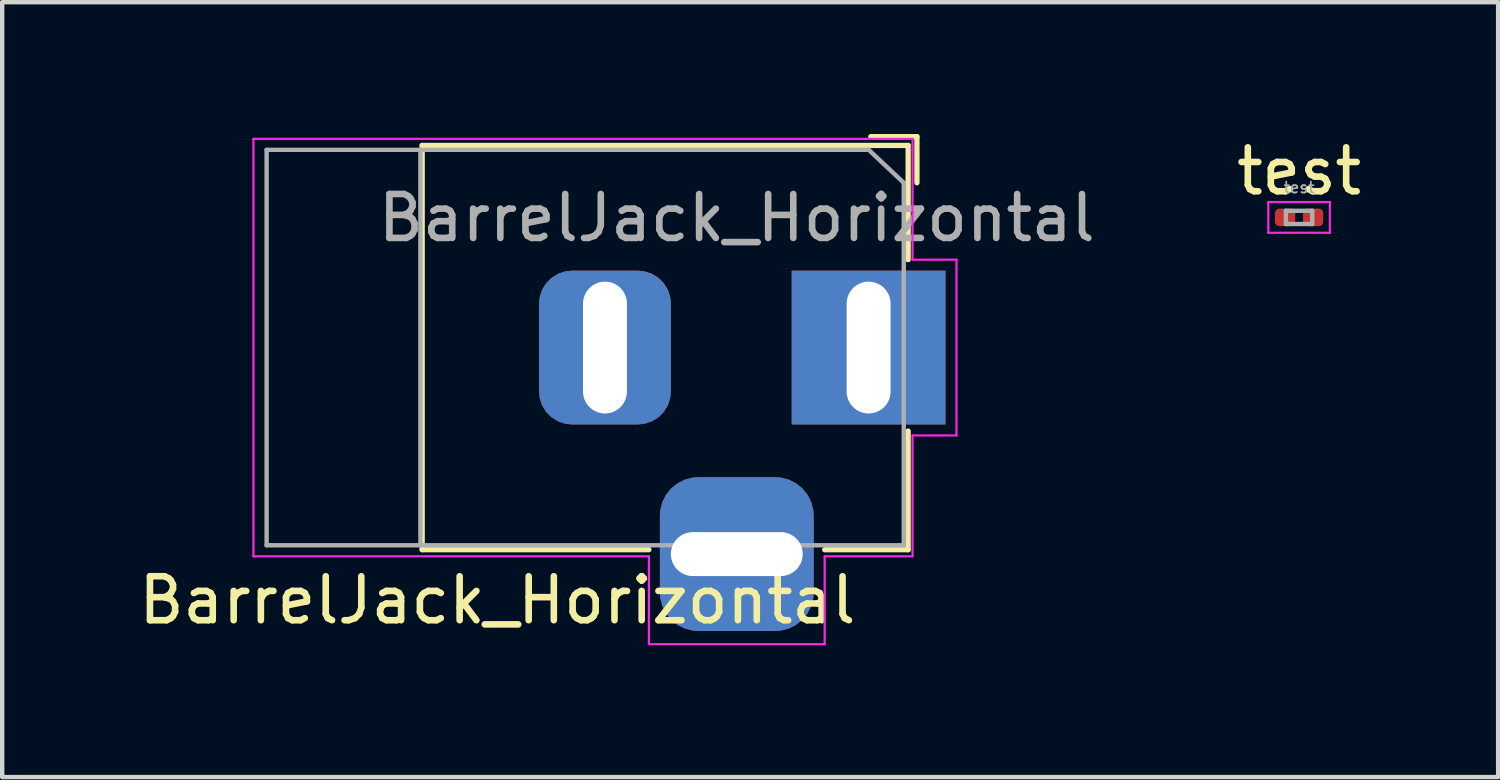
<source format=kicad_pcb>
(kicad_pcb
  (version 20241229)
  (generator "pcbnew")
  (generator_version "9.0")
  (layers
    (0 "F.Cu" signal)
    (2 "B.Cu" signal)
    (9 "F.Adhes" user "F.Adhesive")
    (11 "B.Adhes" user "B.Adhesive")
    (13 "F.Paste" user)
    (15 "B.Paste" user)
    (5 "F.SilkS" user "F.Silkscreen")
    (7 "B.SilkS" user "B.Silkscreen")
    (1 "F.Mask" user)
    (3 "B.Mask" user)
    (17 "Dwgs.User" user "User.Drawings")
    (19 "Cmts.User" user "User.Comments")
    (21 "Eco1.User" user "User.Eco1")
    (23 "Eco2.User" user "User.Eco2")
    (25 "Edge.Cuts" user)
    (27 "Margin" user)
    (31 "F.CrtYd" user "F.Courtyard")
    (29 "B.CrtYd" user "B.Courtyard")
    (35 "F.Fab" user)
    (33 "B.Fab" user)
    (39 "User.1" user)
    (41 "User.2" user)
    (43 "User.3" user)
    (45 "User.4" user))
  (footprint "test"
    (layer "F.Cu")
    (at 26.515 1.898)
    (property "Reference" "test" (at 0 -1.05 0) (layer "F.SilkS") (effects (font (size 1 1) (thickness 0.15))))
    (attr smd)
    (fp_line (start -0.7 -0.35) (end 0.7 -0.35) (stroke (width 0.05) (type solid)) (layer "F.CrtYd"))
    (fp_line (start -0.7 0.35) (end -0.7 -0.35) (stroke (width 0.05) (type solid)) (layer "F.CrtYd"))
    (fp_line (start 0.7 -0.35) (end 0.7 0.35) (stroke (width 0.05) (type solid)) (layer "F.CrtYd"))
    (fp_line (start 0.7 0.35) (end -0.7 0.35) (stroke (width 0.05) (type solid)) (layer "F.CrtYd"))
    (fp_line (start -0.3 -0.15) (end 0.3 -0.15) (stroke (width 0.1) (type solid)) (layer "F.Fab"))
    (fp_line (start -0.3 0.15) (end -0.3 -0.15) (stroke (width 0.1) (type solid)) (layer "F.Fab"))
    (fp_line (start 0.3 -0.15) (end 0.3 0.15) (stroke (width 0.1) (type solid)) (layer "F.Fab"))
    (fp_line (start 0.3 0.15) (end -0.3 0.15) (stroke (width 0.1) (type solid)) (layer "F.Fab"))
    (fp_text user "${REFERENCE}" (at 0 -0.68 0) (layer "F.Fab") (effects (font (size 0.25 0.25) (thickness 0.04))))
    (pad "" smd roundrect (at -0.345 0) (size 0.318 0.36) (layers "F.Paste") (roundrect_rratio 0.25))
    (pad "" smd roundrect (at 0.345 0) (size 0.318 0.36) (layers "F.Paste") (roundrect_rratio 0.25))
    (pad "1" smd roundrect (at -0.32 0) (size 0.46 0.4) (layers "F.Cu" "F.Mask") (roundrect_rratio 0.25))
    (pad "2" smd roundrect (at 0.32 0) (size 0.46 0.4) (layers "F.Cu" "F.Mask") (roundrect_rratio 0.25)))
  (footprint "BarrelJack_Horizontal"
    (layer "F.Cu")
    (at 16.718 4.86)
    (property "Reference" "BarrelJack_Horizontal" (at -8.45 5.75 0) (layer "F.SilkS") (effects (font (size 1 1) (thickness 0.15))))
    (attr through_hole)
    (fp_line (start -10.16 -4.6) (end 0.9 -4.6) (stroke (width 0.12) (type solid)) (layer "F.SilkS"))
    (fp_line (start -10.16 4.6) (end -10.16 -4.6) (stroke (width 0.12) (type solid)) (layer "F.SilkS"))
    (fp_line (start -5 4.6) (end -10.16 4.6) (stroke (width 0.12) (type solid)) (layer "F.SilkS"))
    (fp_line (start 0.05 -4.8) (end 1.1 -4.8) (stroke (width 0.12) (type solid)) (layer "F.SilkS"))
    (fp_line (start 0.9 -4.6) (end 0.9 -2) (stroke (width 0.12) (type solid)) (layer "F.SilkS"))
    (fp_line (start 0.9 1.9) (end 0.9 4.6) (stroke (width 0.12) (type solid)) (layer "F.SilkS"))
    (fp_line (start 0.9 4.6) (end -1 4.6) (stroke (width 0.12) (type solid)) (layer "F.SilkS"))
    (fp_line (start 1.1 -3.75) (end 1.1 -4.8) (stroke (width 0.12) (type solid)) (layer "F.SilkS"))
    (fp_line (start -14 4.75) (end -14 -4.75) (stroke (width 0.05) (type solid)) (layer "F.CrtYd"))
    (fp_line (start -5 4.75) (end -14 4.75) (stroke (width 0.05) (type solid)) (layer "F.CrtYd"))
    (fp_line (start -5 6.75) (end -5 4.75) (stroke (width 0.05) (type solid)) (layer "F.CrtYd"))
    (fp_line (start -1 4.75) (end -1 6.75) (stroke (width 0.05) (type solid)) (layer "F.CrtYd"))
    (fp_line (start -1 6.75) (end -5 6.75) (stroke (width 0.05) (type solid)) (layer "F.CrtYd"))
    (fp_line (start 1 -4.75) (end -14 -4.75) (stroke (width 0.05) (type solid)) (layer "F.CrtYd"))
    (fp_line (start 1 -4.5) (end 1 -4.75) (stroke (width 0.05) (type solid)) (layer "F.CrtYd"))
    (fp_line (start 1 -4.5) (end 1 -2) (stroke (width 0.05) (type solid)) (layer "F.CrtYd"))
    (fp_line (start 1 -2) (end 2 -2) (stroke (width 0.05) (type solid)) (layer "F.CrtYd"))
    (fp_line (start 1 2) (end 1 4.75) (stroke (width 0.05) (type solid)) (layer "F.CrtYd"))
    (fp_line (start 1 4.75) (end -1 4.75) (stroke (width 0.05) (type solid)) (layer "F.CrtYd"))
    (fp_line (start 2 -2) (end 2 2) (stroke (width 0.05) (type solid)) (layer "F.CrtYd"))
    (fp_line (start 2 2) (end 1 2) (stroke (width 0.05) (type solid)) (layer "F.CrtYd"))
    (fp_line (start -13.7 -4.5) (end -13.7 4.5) (stroke (width 0.1) (type solid)) (layer "F.Fab"))
    (fp_line (start -13.7 4.5) (end 0.8 4.5) (stroke (width 0.1) (type solid)) (layer "F.Fab"))
    (fp_line (start -10.2 -4.5) (end -10.2 4.5) (stroke (width 0.1) (type solid)) (layer "F.Fab"))
    (fp_line (start -0.003 -4.505) (end 0.8 -3.75) (stroke (width 0.1) (type solid)) (layer "F.Fab"))
    (fp_line (start 0 -4.5) (end -13.7 -4.5) (stroke (width 0.1) (type solid)) (layer "F.Fab"))
    (fp_line (start 0.8 4.5) (end 0.8 -3.75) (stroke (width 0.1) (type solid)) (layer "F.Fab"))
    (fp_text user "${REFERENCE}" (at -3 -2.95 0) (layer "F.Fab") (effects (font (size 1 1) (thickness 0.15))))
    (pad "1" thru_hole rect (at 0 0) (size 3.5 3.5) (drill oval 1 3) (layers "*.Cu" "*.Mask"))
    (pad "2" thru_hole roundrect (at -6 0) (size 3 3.5) (drill oval 1 3) (layers "*.Cu" "*.Mask") (roundrect_rratio 0.25))
    (pad "3" thru_hole roundrect (at -3 4.7) (size 3.5 3.5) (drill oval 3 1) (layers "*.Cu" "*.Mask") (roundrect_rratio 0.25)))
  (gr_rect
    (start -3 -3)
    (end 31.045 14.635)
    (stroke (width 0.1) (type default))
    (fill no)
    (layer "Edge.Cuts")))
</source>
